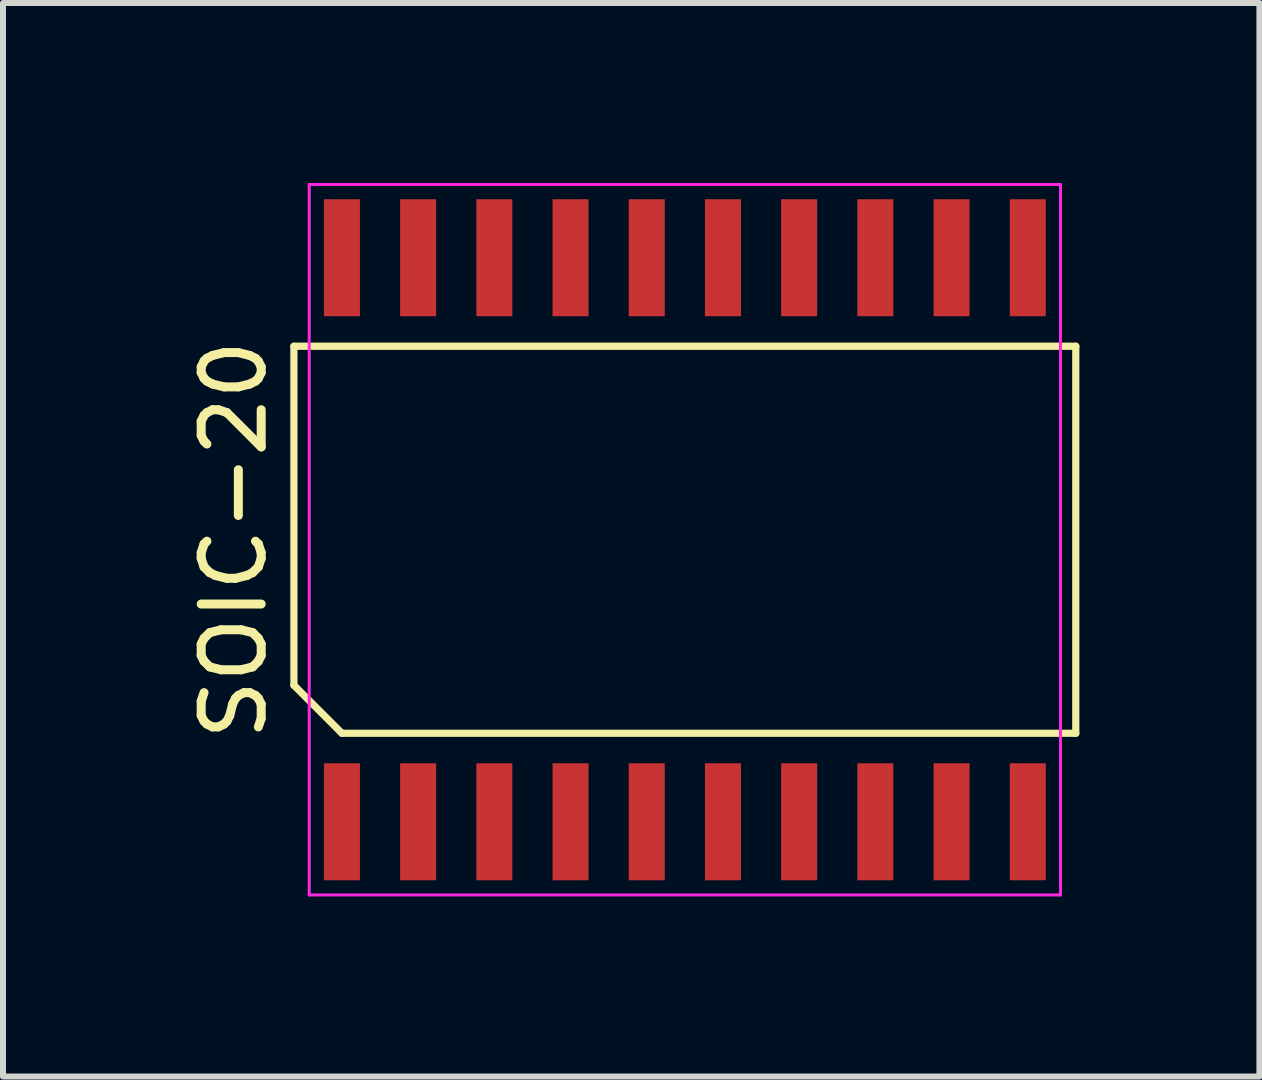
<source format=kicad_pcb>
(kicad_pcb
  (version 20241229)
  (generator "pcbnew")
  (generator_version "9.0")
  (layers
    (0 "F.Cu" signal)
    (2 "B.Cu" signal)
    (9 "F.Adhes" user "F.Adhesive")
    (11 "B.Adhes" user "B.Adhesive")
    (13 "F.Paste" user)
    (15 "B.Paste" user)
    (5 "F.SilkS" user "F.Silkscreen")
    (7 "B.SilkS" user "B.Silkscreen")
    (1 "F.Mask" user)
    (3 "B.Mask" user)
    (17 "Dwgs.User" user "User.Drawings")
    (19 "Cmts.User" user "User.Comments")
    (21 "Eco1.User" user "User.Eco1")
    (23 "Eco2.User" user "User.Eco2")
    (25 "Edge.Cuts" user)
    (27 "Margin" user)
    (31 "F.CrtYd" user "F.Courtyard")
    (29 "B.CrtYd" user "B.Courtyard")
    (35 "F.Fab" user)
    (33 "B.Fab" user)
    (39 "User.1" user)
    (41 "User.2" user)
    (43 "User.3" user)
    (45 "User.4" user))
  (footprint "SOIC-20"
    (layer "F.Cu")
    (at 8.363 5.945)
    (property "Reference" "SOIC-20" (at -7.515 0 90) (layer "F.SilkS") (effects (font (size 1 1) (thickness 0.15))))
    (attr through_hole)
    (fp_line (start -6.515 -3.225) (end 6.515 -3.225) (stroke (width 0.12) (type solid)) (layer "F.SilkS"))
    (fp_line (start -6.515 2.425) (end -6.515 -3.225) (stroke (width 0.12) (type solid)) (layer "F.SilkS"))
    (fp_line (start -5.715 3.225) (end -6.515 2.425) (stroke (width 0.12) (type solid)) (layer "F.SilkS"))
    (fp_line (start 6.515 -3.225) (end 6.515 3.225) (stroke (width 0.12) (type solid)) (layer "F.SilkS"))
    (fp_line (start 6.515 3.225) (end -5.715 3.225) (stroke (width 0.12) (type solid)) (layer "F.SilkS"))
    (fp_line (start -6.26 -5.92) (end 6.26 -5.92) (stroke (width 0.05) (type solid)) (layer "F.CrtYd"))
    (fp_line (start -6.26 5.92) (end -6.26 -5.92) (stroke (width 0.05) (type solid)) (layer "F.CrtYd"))
    (fp_line (start 6.26 -5.92) (end 6.26 5.92) (stroke (width 0.05) (type solid)) (layer "F.CrtYd"))
    (fp_line (start 6.26 5.92) (end -6.26 5.92) (stroke (width 0.05) (type solid)) (layer "F.CrtYd"))
    (pad "1" smd rect (at -5.715 4.7) (size 0.6 1.95) (layers "F.Cu" "F.Mask" "F.Paste"))
    (pad "2" smd rect (at -4.445 4.7) (size 0.6 1.95) (layers "F.Cu" "F.Mask" "F.Paste"))
    (pad "3" smd rect (at -3.175 4.7) (size 0.6 1.95) (layers "F.Cu" "F.Mask" "F.Paste"))
    (pad "4" smd rect (at -1.905 4.7) (size 0.6 1.95) (layers "F.Cu" "F.Mask" "F.Paste"))
    (pad "5" smd rect (at -0.635 4.7) (size 0.6 1.95) (layers "F.Cu" "F.Mask" "F.Paste"))
    (pad "6" smd rect (at 0.635 4.7) (size 0.6 1.95) (layers "F.Cu" "F.Mask" "F.Paste"))
    (pad "7" smd rect (at 1.905 4.7) (size 0.6 1.95) (layers "F.Cu" "F.Mask" "F.Paste"))
    (pad "8" smd rect (at 3.175 4.7) (size 0.6 1.95) (layers "F.Cu" "F.Mask" "F.Paste"))
    (pad "9" smd rect (at 4.445 4.7) (size 0.6 1.95) (layers "F.Cu" "F.Mask" "F.Paste"))
    (pad "10" smd rect (at 5.715 4.7) (size 0.6 1.95) (layers "F.Cu" "F.Mask" "F.Paste"))
    (pad "11" smd rect (at 5.715 -4.7) (size 0.6 1.95) (layers "F.Cu" "F.Mask" "F.Paste"))
    (pad "12" smd rect (at 4.445 -4.7) (size 0.6 1.95) (layers "F.Cu" "F.Mask" "F.Paste"))
    (pad "13" smd rect (at 3.175 -4.7) (size 0.6 1.95) (layers "F.Cu" "F.Mask" "F.Paste"))
    (pad "14" smd rect (at 1.905 -4.7) (size 0.6 1.95) (layers "F.Cu" "F.Mask" "F.Paste"))
    (pad "15" smd rect (at 0.635 -4.7) (size 0.6 1.95) (layers "F.Cu" "F.Mask" "F.Paste"))
    (pad "16" smd rect (at -0.635 -4.7) (size 0.6 1.95) (layers "F.Cu" "F.Mask" "F.Paste"))
    (pad "17" smd rect (at -1.905 -4.7) (size 0.6 1.95) (layers "F.Cu" "F.Mask" "F.Paste"))
    (pad "18" smd rect (at -3.175 -4.7) (size 0.6 1.95) (layers "F.Cu" "F.Mask" "F.Paste"))
    (pad "19" smd rect (at -4.445 -4.7) (size 0.6 1.95) (layers "F.Cu" "F.Mask" "F.Paste"))
    (pad "20" smd rect (at -5.715 -4.7) (size 0.6 1.95) (layers "F.Cu" "F.Mask" "F.Paste")))
  (gr_rect
    (start -3 -3)
    (end 17.938 14.89)
    (stroke (width 0.1) (type default))
    (fill no)
    (layer "Edge.Cuts")))
</source>
